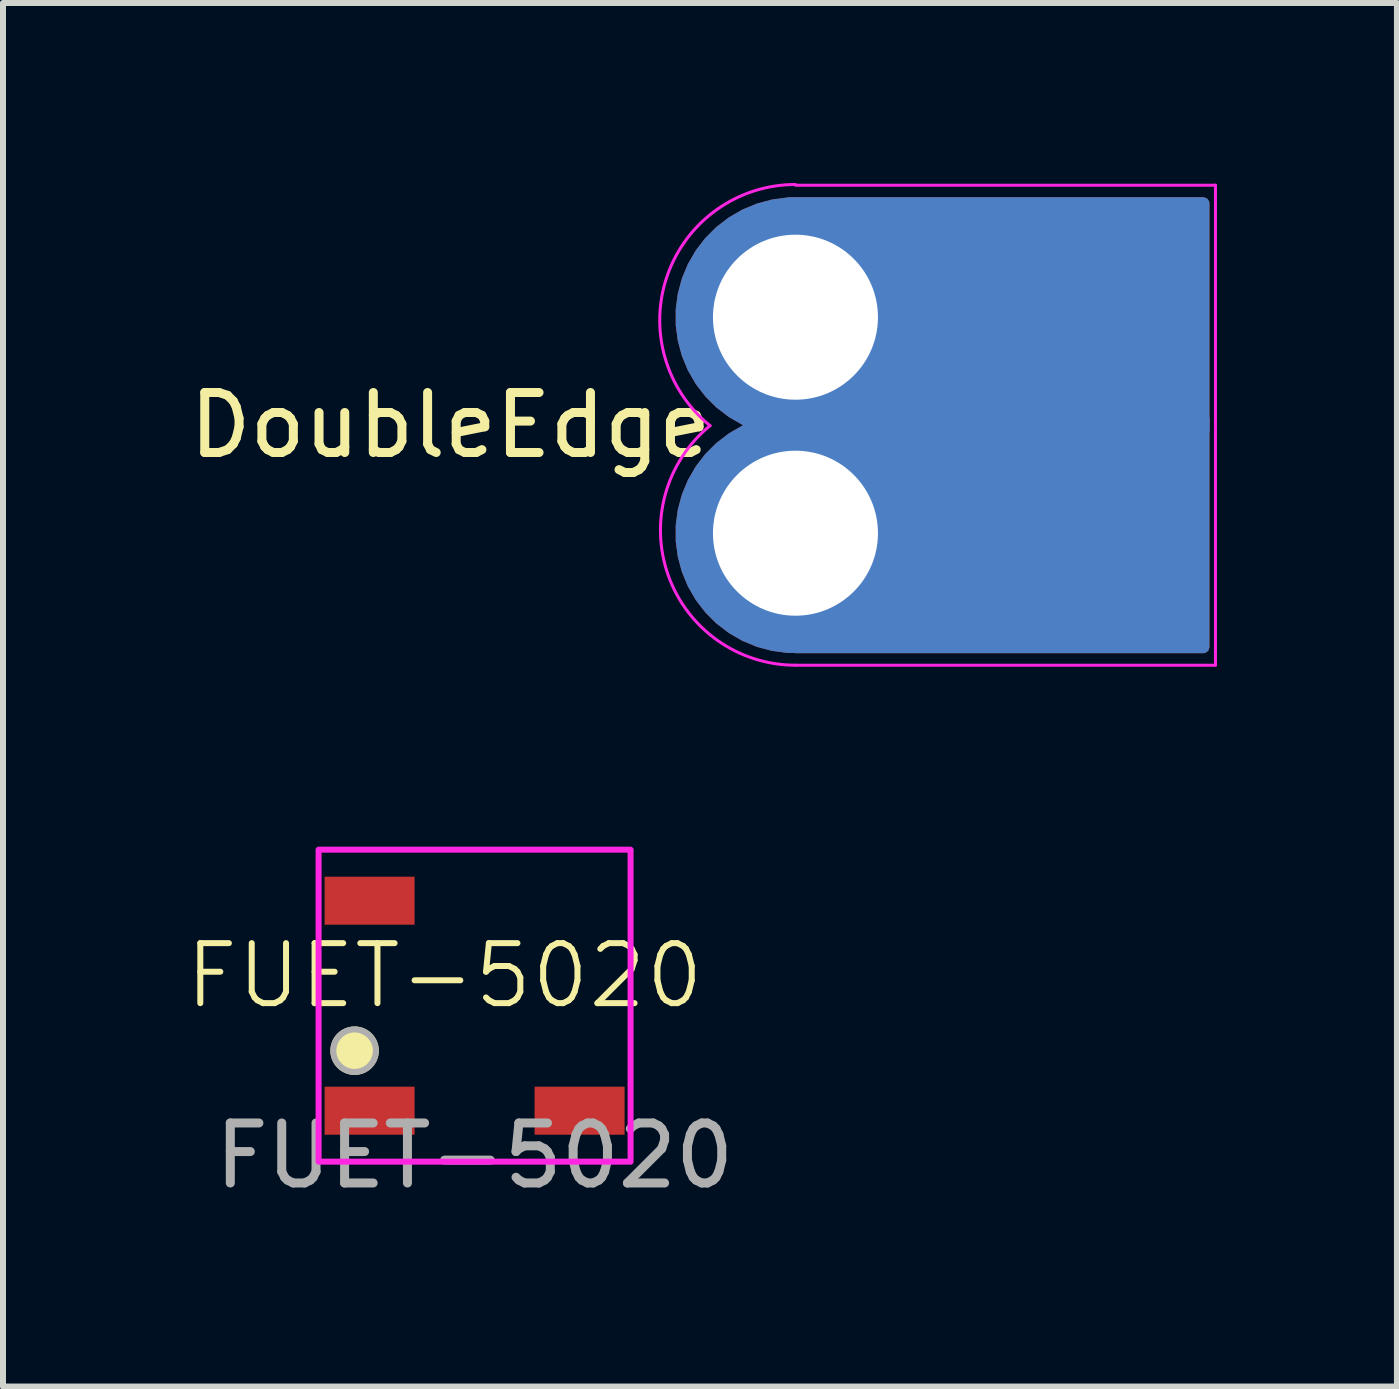
<source format=kicad_pcb>
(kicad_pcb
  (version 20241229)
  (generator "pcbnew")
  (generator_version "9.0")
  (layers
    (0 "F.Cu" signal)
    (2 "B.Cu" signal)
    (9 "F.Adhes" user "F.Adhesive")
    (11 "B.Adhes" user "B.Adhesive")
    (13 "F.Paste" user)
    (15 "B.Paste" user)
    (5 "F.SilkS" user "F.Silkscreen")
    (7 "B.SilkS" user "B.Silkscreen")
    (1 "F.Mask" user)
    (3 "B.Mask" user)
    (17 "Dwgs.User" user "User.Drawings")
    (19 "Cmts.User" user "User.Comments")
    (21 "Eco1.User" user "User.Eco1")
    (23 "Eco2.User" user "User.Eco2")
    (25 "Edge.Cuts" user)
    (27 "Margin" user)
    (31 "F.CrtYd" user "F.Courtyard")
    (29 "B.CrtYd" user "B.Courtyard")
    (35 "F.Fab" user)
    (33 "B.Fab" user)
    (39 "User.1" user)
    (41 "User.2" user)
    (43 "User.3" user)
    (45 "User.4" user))
  (footprint "FUET-5020"
    (layer "F.Cu")
    (at 4.86 13.712)
    (property "Reference" "FUET-5020" (at -0.5 -0.5 0) (unlocked yes) (layer "F.SilkS") (effects (font (size 1 1) (thickness 0.1))))
    (attr smd)
    (fp_circle (center -2 0.75) (end -1.646 0.75) (stroke (width 0.1) (type solid)) (fill yes) (layer "F.SilkS"))
    (fp_rect (start -2.6 -2.6) (end 2.6 2.6) (stroke (width 0.1) (type default)) (fill no) (layer "F.CrtYd"))
    (fp_circle (center -2 0.75) (end -1.646 0.75) (stroke (width 0.1) (type solid)) (fill no) (layer "F.Fab"))
    (fp_text user "${REFERENCE}" (at 0 2.5 0) (unlocked yes) (layer "F.Fab") (effects (font (size 1 1) (thickness 0.15))))
    (pad "1" smd rect (at -1.75 1.75) (size 1.5 0.8) (layers "F.Cu" "F.Mask" "F.Paste"))
    (pad "2" smd rect (at 1.75 1.75) (size 1.5 0.8) (layers "F.Cu" "F.Mask" "F.Paste"))
    (pad "3" smd rect (at -1.75 -1.75) (size 1.5 0.8) (layers "F.Cu" "F.Mask" "F.Paste")))
  (footprint "DoubleEdge"
    (layer "F.Cu")
    (at 10.208 4.037)
    (property "Reference" "DoubleEdge" (at -5.75 0 0) (layer "F.SilkS") (effects (font (size 1 1) (thickness 0.15))))
    (attr through_hole exclude_from_pos_files exclude_from_bom)
    (fp_line (start 7 -4) (end 0 -4) (stroke (width 0.05) (type default)) (layer "F.CrtYd"))
    (fp_line (start 7 -4) (end 7 0) (stroke (width 0.05) (type default)) (layer "F.CrtYd"))
    (fp_line (start 7 4) (end 0 4) (stroke (width 0.05) (type default)) (layer "F.CrtYd"))
    (fp_line (start 7 4) (end 7 0) (stroke (width 0.05) (type default)) (layer "F.CrtYd"))
    (fp_arc (start -1.423833 0.007818) (mid -2.132327 -2.505253) (end 0 -4.012128) (stroke (width 0.05) (type default)) (layer "F.CrtYd"))
    (fp_arc (start 0 4) (mid -2.119246 2.505841) (end -1.423833 0.007818) (stroke (width 0.05) (type default)) (layer "F.CrtYd"))
    (pad "1" thru_hole custom (at 0 -1.8) (size 4 4) (drill 2.75) (layers "*.Cu" "*.Mask") (options (anchor circle)) (primitives (gr_poly (pts (xy -0.1 -1.9) (xy 6.8 -1.9) (xy 6.8 1.9) (xy 0 1.9)) (width 0.2) (fill yes))))
    (pad "1" thru_hole custom (at 0 1.8) (size 4 4) (drill 2.75) (layers "*.Cu" "*.Mask") (options (anchor circle)) (primitives (gr_poly (pts (xy -0.1 -1.9) (xy 6.8 -1.9) (xy 6.8 1.9) (xy 0 1.9)) (width 0.2) (fill yes)))))
  (gr_rect
    (start -3 -3)
    (end 20.233 20.06)
    (stroke (width 0.1) (type default))
    (fill no)
    (layer "Edge.Cuts")))
</source>
